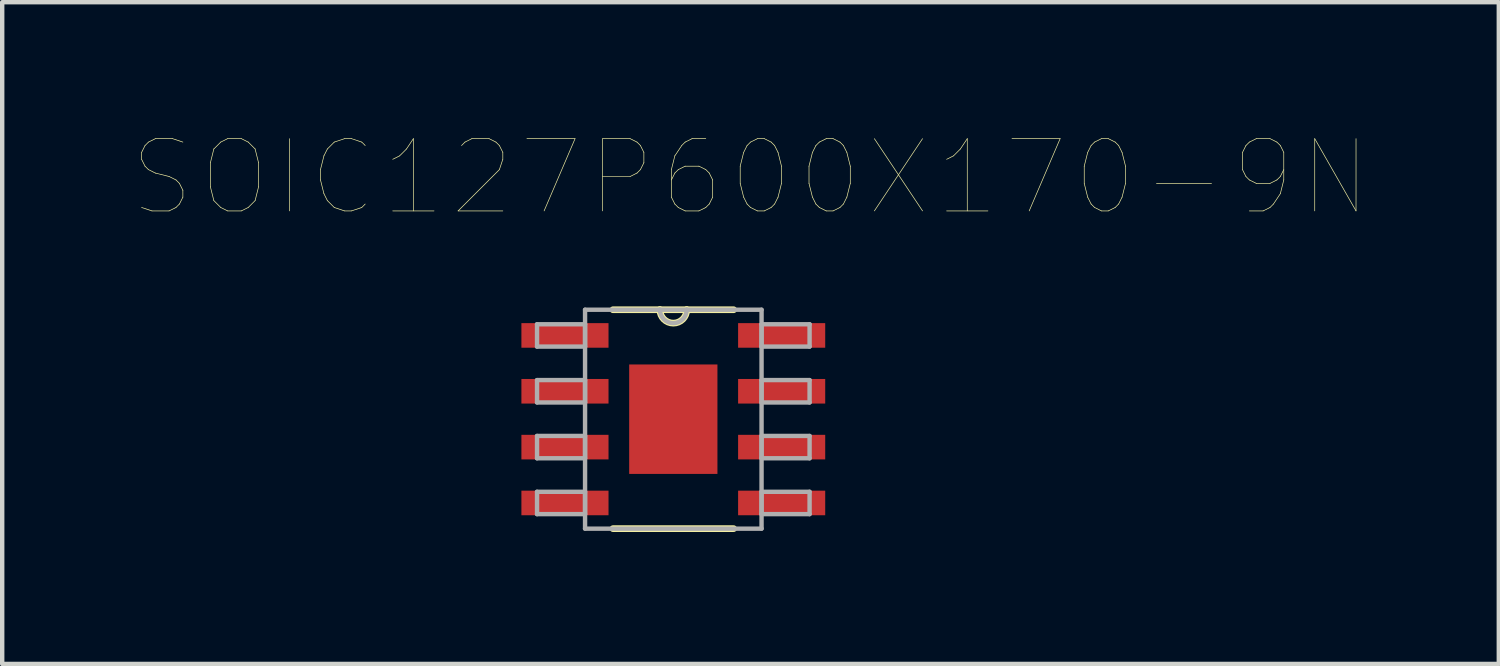
<source format=kicad_pcb>
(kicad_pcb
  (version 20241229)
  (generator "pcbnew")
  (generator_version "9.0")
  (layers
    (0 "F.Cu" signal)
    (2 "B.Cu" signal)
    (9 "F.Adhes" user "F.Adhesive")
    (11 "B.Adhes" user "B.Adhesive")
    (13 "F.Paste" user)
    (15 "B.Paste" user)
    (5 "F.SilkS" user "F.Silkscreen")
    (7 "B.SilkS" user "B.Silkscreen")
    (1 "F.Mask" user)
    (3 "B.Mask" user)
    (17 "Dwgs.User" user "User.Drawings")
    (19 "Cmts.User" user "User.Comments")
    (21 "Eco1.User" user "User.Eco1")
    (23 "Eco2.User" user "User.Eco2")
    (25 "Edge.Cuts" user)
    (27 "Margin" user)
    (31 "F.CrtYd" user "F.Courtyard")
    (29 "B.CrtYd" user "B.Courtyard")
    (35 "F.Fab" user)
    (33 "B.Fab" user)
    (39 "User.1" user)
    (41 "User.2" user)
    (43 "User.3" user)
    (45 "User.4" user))
  (footprint "SOIC127P600X170-9N"
    (layer "F.Cu")
    (at 12.262 6.483)
    (property "Reference" "SOIC127P600X170-9N" (at 1.756 -5.496 0) (layer "F.SilkS") (effects (font (size 1.643 1.643) (thickness 0.015))))
    (attr through_hole)
    (fp_line (start -1.372 2.489) (end 1.372 2.489) (stroke (width 0.152) (type solid)) (layer "F.SilkS"))
    (fp_line (start -0.305 -2.489) (end -1.372 -2.489) (stroke (width 0.152) (type solid)) (layer "F.SilkS"))
    (fp_line (start 0.305 -2.489) (end -0.305 -2.489) (stroke (width 0.152) (type solid)) (layer "F.SilkS"))
    (fp_line (start 1.372 -2.489) (end 0.305 -2.489) (stroke (width 0.152) (type solid)) (layer "F.SilkS"))
    (fp_arc (start 0.3048 -2.4892) (mid 0 -2.1844) (end -0.3048 -2.4892) (stroke (width 0.1524) (type solid)) (layer "F.SilkS"))
    (fp_line (start -3.099 -2.159) (end -3.099 -1.651) (stroke (width 0.1) (type solid)) (layer "F.Fab"))
    (fp_line (start -3.099 -1.651) (end -2.007 -1.651) (stroke (width 0.1) (type solid)) (layer "F.Fab"))
    (fp_line (start -3.099 -0.889) (end -3.099 -0.381) (stroke (width 0.1) (type solid)) (layer "F.Fab"))
    (fp_line (start -3.099 -0.381) (end -2.007 -0.381) (stroke (width 0.1) (type solid)) (layer "F.Fab"))
    (fp_line (start -3.099 0.381) (end -3.099 0.889) (stroke (width 0.1) (type solid)) (layer "F.Fab"))
    (fp_line (start -3.099 0.889) (end -2.007 0.889) (stroke (width 0.1) (type solid)) (layer "F.Fab"))
    (fp_line (start -3.099 1.651) (end -3.099 2.159) (stroke (width 0.1) (type solid)) (layer "F.Fab"))
    (fp_line (start -3.099 2.159) (end -2.007 2.159) (stroke (width 0.1) (type solid)) (layer "F.Fab"))
    (fp_line (start -2.007 -2.489) (end -2.007 2.489) (stroke (width 0.1) (type solid)) (layer "F.Fab"))
    (fp_line (start -2.007 -2.159) (end -3.099 -2.159) (stroke (width 0.1) (type solid)) (layer "F.Fab"))
    (fp_line (start -2.007 -1.651) (end -2.007 -2.159) (stroke (width 0.1) (type solid)) (layer "F.Fab"))
    (fp_line (start -2.007 -0.889) (end -3.099 -0.889) (stroke (width 0.1) (type solid)) (layer "F.Fab"))
    (fp_line (start -2.007 -0.381) (end -2.007 -0.889) (stroke (width 0.1) (type solid)) (layer "F.Fab"))
    (fp_line (start -2.007 0.381) (end -3.099 0.381) (stroke (width 0.1) (type solid)) (layer "F.Fab"))
    (fp_line (start -2.007 0.889) (end -2.007 0.381) (stroke (width 0.1) (type solid)) (layer "F.Fab"))
    (fp_line (start -2.007 1.651) (end -3.099 1.651) (stroke (width 0.1) (type solid)) (layer "F.Fab"))
    (fp_line (start -2.007 2.159) (end -2.007 1.651) (stroke (width 0.1) (type solid)) (layer "F.Fab"))
    (fp_line (start -2.007 2.489) (end 2.007 2.489) (stroke (width 0.1) (type solid)) (layer "F.Fab"))
    (fp_line (start -0.305 -2.489) (end -2.007 -2.489) (stroke (width 0.1) (type solid)) (layer "F.Fab"))
    (fp_line (start 0.305 -2.489) (end -0.305 -2.489) (stroke (width 0.1) (type solid)) (layer "F.Fab"))
    (fp_line (start 2.007 -2.489) (end 0.305 -2.489) (stroke (width 0.1) (type solid)) (layer "F.Fab"))
    (fp_line (start 2.007 -2.159) (end 2.007 -1.651) (stroke (width 0.1) (type solid)) (layer "F.Fab"))
    (fp_line (start 2.007 -1.651) (end 3.099 -1.651) (stroke (width 0.1) (type solid)) (layer "F.Fab"))
    (fp_line (start 2.007 -0.889) (end 2.007 -0.381) (stroke (width 0.1) (type solid)) (layer "F.Fab"))
    (fp_line (start 2.007 -0.381) (end 3.099 -0.381) (stroke (width 0.1) (type solid)) (layer "F.Fab"))
    (fp_line (start 2.007 0.381) (end 2.007 0.889) (stroke (width 0.1) (type solid)) (layer "F.Fab"))
    (fp_line (start 2.007 0.889) (end 3.099 0.889) (stroke (width 0.1) (type solid)) (layer "F.Fab"))
    (fp_line (start 2.007 1.651) (end 2.007 2.159) (stroke (width 0.1) (type solid)) (layer "F.Fab"))
    (fp_line (start 2.007 2.159) (end 3.099 2.159) (stroke (width 0.1) (type solid)) (layer "F.Fab"))
    (fp_line (start 2.007 2.489) (end 2.007 -2.489) (stroke (width 0.1) (type solid)) (layer "F.Fab"))
    (fp_line (start 3.099 -2.159) (end 2.007 -2.159) (stroke (width 0.1) (type solid)) (layer "F.Fab"))
    (fp_line (start 3.099 -1.651) (end 3.099 -2.159) (stroke (width 0.1) (type solid)) (layer "F.Fab"))
    (fp_line (start 3.099 -0.889) (end 2.007 -0.889) (stroke (width 0.1) (type solid)) (layer "F.Fab"))
    (fp_line (start 3.099 -0.381) (end 3.099 -0.889) (stroke (width 0.1) (type solid)) (layer "F.Fab"))
    (fp_line (start 3.099 0.381) (end 2.007 0.381) (stroke (width 0.1) (type solid)) (layer "F.Fab"))
    (fp_line (start 3.099 0.889) (end 3.099 0.381) (stroke (width 0.1) (type solid)) (layer "F.Fab"))
    (fp_line (start 3.099 1.651) (end 2.007 1.651) (stroke (width 0.1) (type solid)) (layer "F.Fab"))
    (fp_line (start 3.099 2.159) (end 3.099 1.651) (stroke (width 0.1) (type solid)) (layer "F.Fab"))
    (fp_arc (start 0.3048 -2.4892) (mid 0 -2.1844) (end -0.3048 -2.4892) (stroke (width 0.1) (type solid)) (layer "F.Fab"))
    (pad "1" smd rect (at -2.464 -1.905) (size 1.981 0.559) (layers "F.Cu" "F.Mask" "F.Paste"))
    (pad "2" smd rect (at -2.464 -0.635) (size 1.981 0.559) (layers "F.Cu" "F.Mask" "F.Paste"))
    (pad "3" smd rect (at -2.464 0.635) (size 1.981 0.559) (layers "F.Cu" "F.Mask" "F.Paste"))
    (pad "4" smd rect (at -2.464 1.905) (size 1.981 0.559) (layers "F.Cu" "F.Mask" "F.Paste"))
    (pad "5" smd rect (at 2.464 1.905) (size 1.981 0.559) (layers "F.Cu" "F.Mask" "F.Paste"))
    (pad "6" smd rect (at 2.464 0.635) (size 1.981 0.559) (layers "F.Cu" "F.Mask" "F.Paste"))
    (pad "7" smd rect (at 2.464 -0.635) (size 1.981 0.559) (layers "F.Cu" "F.Mask" "F.Paste"))
    (pad "8" smd rect (at 2.464 -1.905) (size 1.981 0.559) (layers "F.Cu" "F.Mask" "F.Paste"))
    (pad "9" smd rect (at 0 0) (size 2.007 2.489) (layers "F.Cu" "F.Mask" "F.Paste")))
  (gr_rect
    (start -3 -3)
    (end 31.035 12.049)
    (stroke (width 0.1) (type default))
    (fill no)
    (layer "Edge.Cuts")))
</source>
